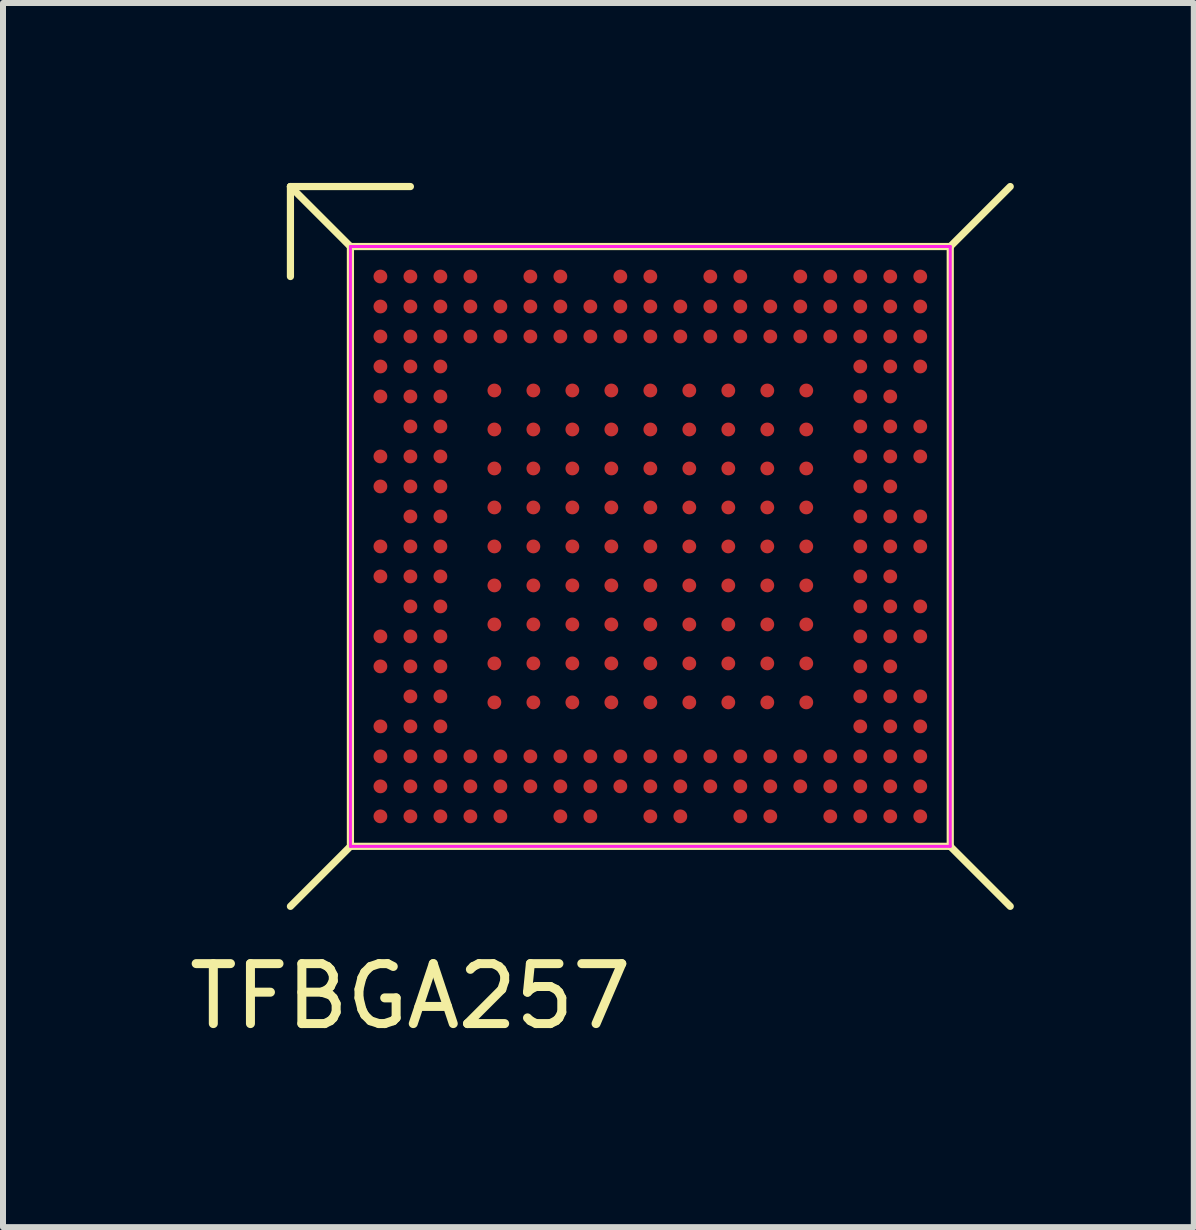
<source format=kicad_pcb>
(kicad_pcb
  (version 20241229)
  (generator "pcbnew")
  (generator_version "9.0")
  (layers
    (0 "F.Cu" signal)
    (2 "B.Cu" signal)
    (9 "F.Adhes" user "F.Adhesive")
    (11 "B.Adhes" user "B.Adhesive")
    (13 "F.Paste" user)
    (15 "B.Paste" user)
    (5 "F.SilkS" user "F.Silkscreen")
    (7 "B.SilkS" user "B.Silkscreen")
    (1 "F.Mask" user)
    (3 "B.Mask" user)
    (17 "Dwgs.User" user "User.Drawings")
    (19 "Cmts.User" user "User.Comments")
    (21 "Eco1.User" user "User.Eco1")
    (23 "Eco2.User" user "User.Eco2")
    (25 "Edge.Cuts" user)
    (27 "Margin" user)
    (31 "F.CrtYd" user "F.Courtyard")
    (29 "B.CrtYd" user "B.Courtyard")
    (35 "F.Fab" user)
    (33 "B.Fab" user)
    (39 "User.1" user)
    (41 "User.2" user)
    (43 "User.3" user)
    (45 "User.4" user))
  (footprint "TFBGA257"
    (layer "F.Cu")
    (at 7.792 6.06)
    (property "Reference" "TFBGA257" (at -4 7.5 0) (unlocked yes) (layer "F.SilkS") (effects (font (size 1 1) (thickness 0.15))))
    (attr smd)
    (fp_line (start -6 -6) (end -6 -4.5) (stroke (width 0.12) (type solid)) (layer "F.SilkS"))
    (fp_line (start -6 -6) (end -4 -6) (stroke (width 0.12) (type solid)) (layer "F.SilkS"))
    (fp_line (start -5 -5) (end -6 -6) (stroke (width 0.12) (type solid)) (layer "F.SilkS"))
    (fp_line (start -5 -5) (end 5 -5) (stroke (width 0.12) (type solid)) (layer "F.SilkS"))
    (fp_line (start -5 5) (end -6 6) (stroke (width 0.12) (type solid)) (layer "F.SilkS"))
    (fp_line (start -5 5) (end -5 -5) (stroke (width 0.12) (type solid)) (layer "F.SilkS"))
    (fp_line (start 5 -5) (end 5 5) (stroke (width 0.12) (type solid)) (layer "F.SilkS"))
    (fp_line (start 5 -5) (end 6 -6) (stroke (width 0.12) (type solid)) (layer "F.SilkS"))
    (fp_line (start 5 5) (end -5 5) (stroke (width 0.12) (type solid)) (layer "F.SilkS"))
    (fp_line (start 5 5) (end 6 6) (stroke (width 0.12) (type solid)) (layer "F.SilkS"))
    (fp_line (start -5 -5) (end 5 -5) (stroke (width 0.05) (type solid)) (layer "F.CrtYd"))
    (fp_line (start -5 5) (end -5 -5) (stroke (width 0.05) (type solid)) (layer "F.CrtYd"))
    (fp_line (start -5 5) (end 5 5) (stroke (width 0.05) (type solid)) (layer "F.CrtYd"))
    (fp_line (start 5 5) (end 5 -5) (stroke (width 0.05) (type solid)) (layer "F.CrtYd"))
    (pad "1A1" smd circle (at -2.6 -2.6) (size 0.23 0.23) (layers "F.Cu" "F.Mask" "F.Paste"))
    (pad "1A2" smd circle (at -1.95 -2.6) (size 0.23 0.23) (layers "F.Cu" "F.Mask" "F.Paste"))
    (pad "1A3" smd circle (at -1.3 -2.6) (size 0.23 0.23) (layers "F.Cu" "F.Mask" "F.Paste"))
    (pad "1A4" smd circle (at -0.65 -2.6) (size 0.23 0.23) (layers "F.Cu" "F.Mask" "F.Paste"))
    (pad "1A5" smd circle (at 0 -2.6) (size 0.23 0.23) (layers "F.Cu" "F.Mask" "F.Paste"))
    (pad "1A6" smd circle (at 0.65 -2.6) (size 0.23 0.23) (layers "F.Cu" "F.Mask" "F.Paste"))
    (pad "1A7" smd circle (at 1.3 -2.6) (size 0.23 0.23) (layers "F.Cu" "F.Mask" "F.Paste"))
    (pad "1A8" smd circle (at 1.95 -2.6) (size 0.23 0.23) (layers "F.Cu" "F.Mask" "F.Paste"))
    (pad "1A9" smd circle (at 2.6 -2.6) (size 0.23 0.23) (layers "F.Cu" "F.Mask" "F.Paste"))
    (pad "1B1" smd circle (at -2.6 -1.95) (size 0.23 0.23) (layers "F.Cu" "F.Mask" "F.Paste"))
    (pad "1B2" smd circle (at -1.95 -1.95) (size 0.23 0.23) (layers "F.Cu" "F.Mask" "F.Paste"))
    (pad "1B3" smd circle (at -1.3 -1.95) (size 0.23 0.23) (layers "F.Cu" "F.Mask" "F.Paste"))
    (pad "1B4" smd circle (at -0.65 -1.95) (size 0.23 0.23) (layers "F.Cu" "F.Mask" "F.Paste"))
    (pad "1B5" smd circle (at 0 -1.95) (size 0.23 0.23) (layers "F.Cu" "F.Mask" "F.Paste"))
    (pad "1B6" smd circle (at 0.65 -1.95) (size 0.23 0.23) (layers "F.Cu" "F.Mask" "F.Paste"))
    (pad "1B7" smd circle (at 1.3 -1.95) (size 0.23 0.23) (layers "F.Cu" "F.Mask" "F.Paste"))
    (pad "1B8" smd circle (at 1.95 -1.95) (size 0.23 0.23) (layers "F.Cu" "F.Mask" "F.Paste"))
    (pad "1B9" smd circle (at 2.6 -1.95) (size 0.23 0.23) (layers "F.Cu" "F.Mask" "F.Paste"))
    (pad "1C1" smd circle (at -2.6 -1.3) (size 0.23 0.23) (layers "F.Cu" "F.Mask" "F.Paste"))
    (pad "1C2" smd circle (at -1.95 -1.3) (size 0.23 0.23) (layers "F.Cu" "F.Mask" "F.Paste"))
    (pad "1C3" smd circle (at -1.3 -1.3) (size 0.23 0.23) (layers "F.Cu" "F.Mask" "F.Paste"))
    (pad "1C4" smd circle (at -0.65 -1.3) (size 0.23 0.23) (layers "F.Cu" "F.Mask" "F.Paste"))
    (pad "1C5" smd circle (at 0 -1.3) (size 0.23 0.23) (layers "F.Cu" "F.Mask" "F.Paste"))
    (pad "1C6" smd circle (at 0.65 -1.3) (size 0.23 0.23) (layers "F.Cu" "F.Mask" "F.Paste"))
    (pad "1C7" smd circle (at 1.3 -1.3) (size 0.23 0.23) (layers "F.Cu" "F.Mask" "F.Paste"))
    (pad "1C8" smd circle (at 1.95 -1.3) (size 0.23 0.23) (layers "F.Cu" "F.Mask" "F.Paste"))
    (pad "1C9" smd circle (at 2.6 -1.3) (size 0.23 0.23) (layers "F.Cu" "F.Mask" "F.Paste"))
    (pad "1D1" smd circle (at -2.6 -0.65) (size 0.23 0.23) (layers "F.Cu" "F.Mask" "F.Paste"))
    (pad "1D2" smd circle (at -1.95 -0.65) (size 0.23 0.23) (layers "F.Cu" "F.Mask" "F.Paste"))
    (pad "1D3" smd circle (at -1.3 -0.65) (size 0.23 0.23) (layers "F.Cu" "F.Mask" "F.Paste"))
    (pad "1D4" smd circle (at -0.65 -0.65) (size 0.23 0.23) (layers "F.Cu" "F.Mask" "F.Paste"))
    (pad "1D5" smd circle (at 0 -0.65) (size 0.23 0.23) (layers "F.Cu" "F.Mask" "F.Paste"))
    (pad "1D6" smd circle (at 0.65 -0.65) (size 0.23 0.23) (layers "F.Cu" "F.Mask" "F.Paste"))
    (pad "1D7" smd circle (at 1.3 -0.65) (size 0.23 0.23) (layers "F.Cu" "F.Mask" "F.Paste"))
    (pad "1D8" smd circle (at 1.95 -0.65) (size 0.23 0.23) (layers "F.Cu" "F.Mask" "F.Paste"))
    (pad "1D9" smd circle (at 2.6 -0.65) (size 0.23 0.23) (layers "F.Cu" "F.Mask" "F.Paste"))
    (pad "1E1" smd circle (at -2.6 0) (size 0.23 0.23) (layers "F.Cu" "F.Mask" "F.Paste"))
    (pad "1E2" smd circle (at -1.95 0) (size 0.23 0.23) (layers "F.Cu" "F.Mask" "F.Paste"))
    (pad "1E3" smd circle (at -1.3 0) (size 0.23 0.23) (layers "F.Cu" "F.Mask" "F.Paste"))
    (pad "1E4" smd circle (at -0.65 0) (size 0.23 0.23) (layers "F.Cu" "F.Mask" "F.Paste"))
    (pad "1E5" smd circle (at 0 0) (size 0.23 0.23) (layers "F.Cu" "F.Mask" "F.Paste"))
    (pad "1E6" smd circle (at 0.65 0) (size 0.23 0.23) (layers "F.Cu" "F.Mask" "F.Paste"))
    (pad "1E7" smd circle (at 1.3 0) (size 0.23 0.23) (layers "F.Cu" "F.Mask" "F.Paste"))
    (pad "1E8" smd circle (at 1.95 0) (size 0.23 0.23) (layers "F.Cu" "F.Mask" "F.Paste"))
    (pad "1E9" smd circle (at 2.6 0) (size 0.23 0.23) (layers "F.Cu" "F.Mask" "F.Paste"))
    (pad "1F1" smd circle (at -2.6 0.65) (size 0.23 0.23) (layers "F.Cu" "F.Mask" "F.Paste"))
    (pad "1F2" smd circle (at -1.95 0.65) (size 0.23 0.23) (layers "F.Cu" "F.Mask" "F.Paste"))
    (pad "1F3" smd circle (at -1.3 0.65) (size 0.23 0.23) (layers "F.Cu" "F.Mask" "F.Paste"))
    (pad "1F4" smd circle (at -0.65 0.65) (size 0.23 0.23) (layers "F.Cu" "F.Mask" "F.Paste"))
    (pad "1F5" smd circle (at 0 0.65) (size 0.23 0.23) (layers "F.Cu" "F.Mask" "F.Paste"))
    (pad "1F6" smd circle (at 0.65 0.65) (size 0.23 0.23) (layers "F.Cu" "F.Mask" "F.Paste"))
    (pad "1F7" smd circle (at 1.3 0.65) (size 0.23 0.23) (layers "F.Cu" "F.Mask" "F.Paste"))
    (pad "1F8" smd circle (at 1.95 0.65) (size 0.23 0.23) (layers "F.Cu" "F.Mask" "F.Paste"))
    (pad "1F9" smd circle (at 2.6 0.65) (size 0.23 0.23) (layers "F.Cu" "F.Mask" "F.Paste"))
    (pad "1G1" smd circle (at -2.6 1.3) (size 0.23 0.23) (layers "F.Cu" "F.Mask" "F.Paste"))
    (pad "1G2" smd circle (at -1.95 1.3) (size 0.23 0.23) (layers "F.Cu" "F.Mask" "F.Paste"))
    (pad "1G3" smd circle (at -1.3 1.3) (size 0.23 0.23) (layers "F.Cu" "F.Mask" "F.Paste"))
    (pad "1G4" smd circle (at -0.65 1.3) (size 0.23 0.23) (layers "F.Cu" "F.Mask" "F.Paste"))
    (pad "1G5" smd circle (at 0 1.3) (size 0.23 0.23) (layers "F.Cu" "F.Mask" "F.Paste"))
    (pad "1G6" smd circle (at 0.65 1.3) (size 0.23 0.23) (layers "F.Cu" "F.Mask" "F.Paste"))
    (pad "1G7" smd circle (at 1.3 1.3) (size 0.23 0.23) (layers "F.Cu" "F.Mask" "F.Paste"))
    (pad "1G8" smd circle (at 1.95 1.3) (size 0.23 0.23) (layers "F.Cu" "F.Mask" "F.Paste"))
    (pad "1G9" smd circle (at 2.6 1.3) (size 0.23 0.23) (layers "F.Cu" "F.Mask" "F.Paste"))
    (pad "1H1" smd circle (at -2.6 1.95) (size 0.23 0.23) (layers "F.Cu" "F.Mask" "F.Paste"))
    (pad "1H2" smd circle (at -1.95 1.95) (size 0.23 0.23) (layers "F.Cu" "F.Mask" "F.Paste"))
    (pad "1H3" smd circle (at -1.3 1.95) (size 0.23 0.23) (layers "F.Cu" "F.Mask" "F.Paste"))
    (pad "1H4" smd circle (at -0.65 1.95) (size 0.23 0.23) (layers "F.Cu" "F.Mask" "F.Paste"))
    (pad "1H5" smd circle (at 0 1.95) (size 0.23 0.23) (layers "F.Cu" "F.Mask" "F.Paste"))
    (pad "1H6" smd circle (at 0.65 1.95) (size 0.23 0.23) (layers "F.Cu" "F.Mask" "F.Paste"))
    (pad "1H7" smd circle (at 1.3 1.95) (size 0.23 0.23) (layers "F.Cu" "F.Mask" "F.Paste"))
    (pad "1H8" smd circle (at 1.95 1.95) (size 0.23 0.23) (layers "F.Cu" "F.Mask" "F.Paste"))
    (pad "1H9" smd circle (at 2.6 1.95) (size 0.23 0.23) (layers "F.Cu" "F.Mask" "F.Paste"))
    (pad "1J1" smd circle (at -2.6 2.6) (size 0.23 0.23) (layers "F.Cu" "F.Mask" "F.Paste"))
    (pad "1J2" smd circle (at -1.95 2.6) (size 0.23 0.23) (layers "F.Cu" "F.Mask" "F.Paste"))
    (pad "1J3" smd circle (at -1.3 2.6) (size 0.23 0.23) (layers "F.Cu" "F.Mask" "F.Paste"))
    (pad "1J4" smd circle (at -0.65 2.6) (size 0.23 0.23) (layers "F.Cu" "F.Mask" "F.Paste"))
    (pad "1J5" smd circle (at 0 2.6) (size 0.23 0.23) (layers "F.Cu" "F.Mask" "F.Paste"))
    (pad "1J6" smd circle (at 0.65 2.6) (size 0.23 0.23) (layers "F.Cu" "F.Mask" "F.Paste"))
    (pad "1J7" smd circle (at 1.3 2.6) (size 0.23 0.23) (layers "F.Cu" "F.Mask" "F.Paste"))
    (pad "1J8" smd circle (at 1.95 2.6) (size 0.23 0.23) (layers "F.Cu" "F.Mask" "F.Paste"))
    (pad "1J9" smd circle (at 2.6 2.6) (size 0.23 0.23) (layers "F.Cu" "F.Mask" "F.Paste"))
    (pad "A1" smd circle (at -4.5 -4.5) (size 0.23 0.23) (layers "F.Cu" "F.Mask" "F.Paste"))
    (pad "A2" smd circle (at -4 -4.5) (size 0.23 0.23) (layers "F.Cu" "F.Mask" "F.Paste"))
    (pad "A3" smd circle (at -3.5 -4.5) (size 0.23 0.23) (layers "F.Cu" "F.Mask" "F.Paste"))
    (pad "A4" smd circle (at -3 -4.5) (size 0.23 0.23) (layers "F.Cu" "F.Mask" "F.Paste"))
    (pad "A6" smd circle (at -2 -4.5) (size 0.23 0.23) (layers "F.Cu" "F.Mask" "F.Paste"))
    (pad "A7" smd circle (at -1.5 -4.5) (size 0.23 0.23) (layers "F.Cu" "F.Mask" "F.Paste"))
    (pad "A9" smd circle (at -0.5 -4.5) (size 0.23 0.23) (layers "F.Cu" "F.Mask" "F.Paste"))
    (pad "A10" smd circle (at 0 -4.5) (size 0.23 0.23) (layers "F.Cu" "F.Mask" "F.Paste"))
    (pad "A12" smd circle (at 1 -4.5) (size 0.23 0.23) (layers "F.Cu" "F.Mask" "F.Paste"))
    (pad "A13" smd circle (at 1.5 -4.5) (size 0.23 0.23) (layers "F.Cu" "F.Mask" "F.Paste"))
    (pad "A15" smd circle (at 2.5 -4.5) (size 0.23 0.23) (layers "F.Cu" "F.Mask" "F.Paste"))
    (pad "A16" smd circle (at 3 -4.5) (size 0.23 0.23) (layers "F.Cu" "F.Mask" "F.Paste"))
    (pad "A17" smd circle (at 3.5 -4.5) (size 0.23 0.23) (layers "F.Cu" "F.Mask" "F.Paste"))
    (pad "A18" smd circle (at 4 -4.5) (size 0.23 0.23) (layers "F.Cu" "F.Mask" "F.Paste"))
    (pad "A19" smd circle (at 4.5 -4.5) (size 0.23 0.23) (layers "F.Cu" "F.Mask" "F.Paste"))
    (pad "B1" smd circle (at -4.5 -4) (size 0.23 0.23) (layers "F.Cu" "F.Mask" "F.Paste"))
    (pad "B2" smd circle (at -4 -4) (size 0.23 0.23) (layers "F.Cu" "F.Mask" "F.Paste"))
    (pad "B3" smd circle (at -3.5 -4) (size 0.23 0.23) (layers "F.Cu" "F.Mask" "F.Paste"))
    (pad "B4" smd circle (at -3 -4) (size 0.23 0.23) (layers "F.Cu" "F.Mask" "F.Paste"))
    (pad "B5" smd circle (at -2.5 -4) (size 0.23 0.23) (layers "F.Cu" "F.Mask" "F.Paste"))
    (pad "B6" smd circle (at -2 -4) (size 0.23 0.23) (layers "F.Cu" "F.Mask" "F.Paste"))
    (pad "B7" smd circle (at -1.5 -4) (size 0.23 0.23) (layers "F.Cu" "F.Mask" "F.Paste"))
    (pad "B8" smd circle (at -1 -4) (size 0.23 0.23) (layers "F.Cu" "F.Mask" "F.Paste"))
    (pad "B9" smd circle (at -0.5 -4) (size 0.23 0.23) (layers "F.Cu" "F.Mask" "F.Paste"))
    (pad "B10" smd circle (at 0 -4) (size 0.23 0.23) (layers "F.Cu" "F.Mask" "F.Paste"))
    (pad "B11" smd circle (at 0.5 -4) (size 0.23 0.23) (layers "F.Cu" "F.Mask" "F.Paste"))
    (pad "B12" smd circle (at 1 -4) (size 0.23 0.23) (layers "F.Cu" "F.Mask" "F.Paste"))
    (pad "B13" smd circle (at 1.5 -4) (size 0.23 0.23) (layers "F.Cu" "F.Mask" "F.Paste"))
    (pad "B14" smd circle (at 2 -4) (size 0.23 0.23) (layers "F.Cu" "F.Mask" "F.Paste"))
    (pad "B15" smd circle (at 2.5 -4) (size 0.23 0.23) (layers "F.Cu" "F.Mask" "F.Paste"))
    (pad "B16" smd circle (at 3 -4) (size 0.23 0.23) (layers "F.Cu" "F.Mask" "F.Paste"))
    (pad "B17" smd circle (at 3.5 -4) (size 0.23 0.23) (layers "F.Cu" "F.Mask" "F.Paste"))
    (pad "B18" smd circle (at 4 -4) (size 0.23 0.23) (layers "F.Cu" "F.Mask" "F.Paste"))
    (pad "B19" smd circle (at 4.5 -4) (size 0.23 0.23) (layers "F.Cu" "F.Mask" "F.Paste"))
    (pad "C1" smd circle (at -4.5 -3.5) (size 0.23 0.23) (layers "F.Cu" "F.Mask" "F.Paste"))
    (pad "C2" smd circle (at -4 -3.5) (size 0.23 0.23) (layers "F.Cu" "F.Mask" "F.Paste"))
    (pad "C3" smd circle (at -3.5 -3.5) (size 0.23 0.23) (layers "F.Cu" "F.Mask" "F.Paste"))
    (pad "C4" smd circle (at -3 -3.5) (size 0.23 0.23) (layers "F.Cu" "F.Mask" "F.Paste"))
    (pad "C5" smd circle (at -2.5 -3.5) (size 0.23 0.23) (layers "F.Cu" "F.Mask" "F.Paste"))
    (pad "C6" smd circle (at -2 -3.5) (size 0.23 0.23) (layers "F.Cu" "F.Mask" "F.Paste"))
    (pad "C7" smd circle (at -1.5 -3.5) (size 0.23 0.23) (layers "F.Cu" "F.Mask" "F.Paste"))
    (pad "C8" smd circle (at -1 -3.5) (size 0.23 0.23) (layers "F.Cu" "F.Mask" "F.Paste"))
    (pad "C9" smd circle (at -0.5 -3.5) (size 0.23 0.23) (layers "F.Cu" "F.Mask" "F.Paste"))
    (pad "C10" smd circle (at 0 -3.5) (size 0.23 0.23) (layers "F.Cu" "F.Mask" "F.Paste"))
    (pad "C11" smd circle (at 0.5 -3.5) (size 0.23 0.23) (layers "F.Cu" "F.Mask" "F.Paste"))
    (pad "C12" smd circle (at 1 -3.5) (size 0.23 0.23) (layers "F.Cu" "F.Mask" "F.Paste"))
    (pad "C13" smd circle (at 1.5 -3.5) (size 0.23 0.23) (layers "F.Cu" "F.Mask" "F.Paste"))
    (pad "C14" smd circle (at 2 -3.5) (size 0.23 0.23) (layers "F.Cu" "F.Mask" "F.Paste"))
    (pad "C15" smd circle (at 2.5 -3.5) (size 0.23 0.23) (layers "F.Cu" "F.Mask" "F.Paste"))
    (pad "C16" smd circle (at 3 -3.5) (size 0.23 0.23) (layers "F.Cu" "F.Mask" "F.Paste"))
    (pad "C17" smd circle (at 3.5 -3.5) (size 0.23 0.23) (layers "F.Cu" "F.Mask" "F.Paste"))
    (pad "C18" smd circle (at 4 -3.5) (size 0.23 0.23) (layers "F.Cu" "F.Mask" "F.Paste"))
    (pad "C19" smd circle (at 4.5 -3.5) (size 0.23 0.23) (layers "F.Cu" "F.Mask" "F.Paste"))
    (pad "D1" smd circle (at -4.5 -3) (size 0.23 0.23) (layers "F.Cu" "F.Mask" "F.Paste"))
    (pad "D2" smd circle (at -4 -3) (size 0.23 0.23) (layers "F.Cu" "F.Mask" "F.Paste"))
    (pad "D3" smd circle (at -3.5 -3) (size 0.23 0.23) (layers "F.Cu" "F.Mask" "F.Paste"))
    (pad "D17" smd circle (at 3.5 -3) (size 0.23 0.23) (layers "F.Cu" "F.Mask" "F.Paste"))
    (pad "D18" smd circle (at 4 -3) (size 0.23 0.23) (layers "F.Cu" "F.Mask" "F.Paste"))
    (pad "D19" smd circle (at 4.5 -3) (size 0.23 0.23) (layers "F.Cu" "F.Mask" "F.Paste"))
    (pad "E1" smd circle (at -4.5 -2.5) (size 0.23 0.23) (layers "F.Cu" "F.Mask" "F.Paste"))
    (pad "E2" smd circle (at -4 -2.5) (size 0.23 0.23) (layers "F.Cu" "F.Mask" "F.Paste"))
    (pad "E3" smd circle (at -3.5 -2.5) (size 0.23 0.23) (layers "F.Cu" "F.Mask" "F.Paste"))
    (pad "E17" smd circle (at 3.5 -2.5) (size 0.23 0.23) (layers "F.Cu" "F.Mask" "F.Paste"))
    (pad "E18" smd circle (at 4 -2.5) (size 0.23 0.23) (layers "F.Cu" "F.Mask" "F.Paste"))
    (pad "F2" smd circle (at -4 -2) (size 0.23 0.23) (layers "F.Cu" "F.Mask" "F.Paste"))
    (pad "F3" smd circle (at -3.5 -2) (size 0.23 0.23) (layers "F.Cu" "F.Mask" "F.Paste"))
    (pad "F17" smd circle (at 3.5 -2) (size 0.23 0.23) (layers "F.Cu" "F.Mask" "F.Paste"))
    (pad "F18" smd circle (at 4 -2) (size 0.23 0.23) (layers "F.Cu" "F.Mask" "F.Paste"))
    (pad "F19" smd circle (at 4.5 -2) (size 0.23 0.23) (layers "F.Cu" "F.Mask" "F.Paste"))
    (pad "G1" smd circle (at -4.5 -1.5) (size 0.23 0.23) (layers "F.Cu" "F.Mask" "F.Paste"))
    (pad "G2" smd circle (at -4 -1.5) (size 0.23 0.23) (layers "F.Cu" "F.Mask" "F.Paste"))
    (pad "G3" smd circle (at -3.5 -1.5) (size 0.23 0.23) (layers "F.Cu" "F.Mask" "F.Paste"))
    (pad "G17" smd circle (at 3.5 -1.5) (size 0.23 0.23) (layers "F.Cu" "F.Mask" "F.Paste"))
    (pad "G18" smd circle (at 4 -1.5) (size 0.23 0.23) (layers "F.Cu" "F.Mask" "F.Paste"))
    (pad "G19" smd circle (at 4.5 -1.5) (size 0.23 0.23) (layers "F.Cu" "F.Mask" "F.Paste"))
    (pad "H1" smd circle (at -4.5 -1) (size 0.23 0.23) (layers "F.Cu" "F.Mask" "F.Paste"))
    (pad "H2" smd circle (at -4 -1) (size 0.23 0.23) (layers "F.Cu" "F.Mask" "F.Paste"))
    (pad "H3" smd circle (at -3.5 -1) (size 0.23 0.23) (layers "F.Cu" "F.Mask" "F.Paste"))
    (pad "H17" smd circle (at 3.5 -1) (size 0.23 0.23) (layers "F.Cu" "F.Mask" "F.Paste"))
    (pad "H18" smd circle (at 4 -1) (size 0.23 0.23) (layers "F.Cu" "F.Mask" "F.Paste"))
    (pad "J2" smd circle (at -4 -0.5) (size 0.23 0.23) (layers "F.Cu" "F.Mask" "F.Paste"))
    (pad "J3" smd circle (at -3.5 -0.5) (size 0.23 0.23) (layers "F.Cu" "F.Mask" "F.Paste"))
    (pad "J17" smd circle (at 3.5 -0.5) (size 0.23 0.23) (layers "F.Cu" "F.Mask" "F.Paste"))
    (pad "J18" smd circle (at 4 -0.5) (size 0.23 0.23) (layers "F.Cu" "F.Mask" "F.Paste"))
    (pad "J19" smd circle (at 4.5 -0.5) (size 0.23 0.23) (layers "F.Cu" "F.Mask" "F.Paste"))
    (pad "K1" smd circle (at -4.5 0) (size 0.23 0.23) (layers "F.Cu" "F.Mask" "F.Paste"))
    (pad "K2" smd circle (at -4 0) (size 0.23 0.23) (layers "F.Cu" "F.Mask" "F.Paste"))
    (pad "K3" smd circle (at -3.5 0) (size 0.23 0.23) (layers "F.Cu" "F.Mask" "F.Paste"))
    (pad "K17" smd circle (at 3.5 0) (size 0.23 0.23) (layers "F.Cu" "F.Mask" "F.Paste"))
    (pad "K18" smd circle (at 4 0) (size 0.23 0.23) (layers "F.Cu" "F.Mask" "F.Paste"))
    (pad "K19" smd circle (at 4.5 0) (size 0.23 0.23) (layers "F.Cu" "F.Mask" "F.Paste"))
    (pad "L1" smd circle (at -4.5 0.5) (size 0.23 0.23) (layers "F.Cu" "F.Mask" "F.Paste"))
    (pad "L2" smd circle (at -4 0.5) (size 0.23 0.23) (layers "F.Cu" "F.Mask" "F.Paste"))
    (pad "L3" smd circle (at -3.5 0.5) (size 0.23 0.23) (layers "F.Cu" "F.Mask" "F.Paste"))
    (pad "L17" smd circle (at 3.5 0.5) (size 0.23 0.23) (layers "F.Cu" "F.Mask" "F.Paste"))
    (pad "L18" smd circle (at 4 0.5) (size 0.23 0.23) (layers "F.Cu" "F.Mask" "F.Paste"))
    (pad "M2" smd circle (at -4 1) (size 0.23 0.23) (layers "F.Cu" "F.Mask" "F.Paste"))
    (pad "M3" smd circle (at -3.5 1) (size 0.23 0.23) (layers "F.Cu" "F.Mask" "F.Paste"))
    (pad "M17" smd circle (at 3.5 1) (size 0.23 0.23) (layers "F.Cu" "F.Mask" "F.Paste"))
    (pad "M18" smd circle (at 4 1) (size 0.23 0.23) (layers "F.Cu" "F.Mask" "F.Paste"))
    (pad "M19" smd circle (at 4.5 1) (size 0.23 0.23) (layers "F.Cu" "F.Mask" "F.Paste"))
    (pad "N1" smd circle (at -4.5 1.5) (size 0.23 0.23) (layers "F.Cu" "F.Mask" "F.Paste"))
    (pad "N2" smd circle (at -4 1.5) (size 0.23 0.23) (layers "F.Cu" "F.Mask" "F.Paste"))
    (pad "N3" smd circle (at -3.5 1.5) (size 0.23 0.23) (layers "F.Cu" "F.Mask" "F.Paste"))
    (pad "N17" smd circle (at 3.5 1.5) (size 0.23 0.23) (layers "F.Cu" "F.Mask" "F.Paste"))
    (pad "N18" smd circle (at 4 1.5) (size 0.23 0.23) (layers "F.Cu" "F.Mask" "F.Paste"))
    (pad "N19" smd circle (at 4.5 1.5 90) (size 0.23 0.23) (layers "F.Cu" "F.Mask" "F.Paste"))
    (pad "P1" smd circle (at -4.5 2 90) (size 0.23 0.23) (layers "F.Cu" "F.Mask" "F.Paste"))
    (pad "P2" smd circle (at -4 2 90) (size 0.23 0.23) (layers "F.Cu" "F.Mask" "F.Paste"))
    (pad "P3" smd circle (at -3.5 2 90) (size 0.23 0.23) (layers "F.Cu" "F.Mask" "F.Paste"))
    (pad "P17" smd circle (at 3.5 2 90) (size 0.23 0.23) (layers "F.Cu" "F.Mask" "F.Paste"))
    (pad "P18" smd circle (at 4 2 90) (size 0.23 0.23) (layers "F.Cu" "F.Mask" "F.Paste"))
    (pad "R2" smd circle (at -4 2.5 90) (size 0.23 0.23) (layers "F.Cu" "F.Mask" "F.Paste"))
    (pad "R3" smd circle (at -3.5 2.5 90) (size 0.23 0.23) (layers "F.Cu" "F.Mask" "F.Paste"))
    (pad "R17" smd circle (at 3.5 2.5 90) (size 0.23 0.23) (layers "F.Cu" "F.Mask" "F.Paste"))
    (pad "R18" smd circle (at 4 2.5 90) (size 0.23 0.23) (layers "F.Cu" "F.Mask" "F.Paste"))
    (pad "R19" smd circle (at 4.5 2.5 90) (size 0.23 0.23) (layers "F.Cu" "F.Mask" "F.Paste"))
    (pad "T1" smd circle (at -4.5 3 90) (size 0.23 0.23) (layers "F.Cu" "F.Mask" "F.Paste"))
    (pad "T2" smd circle (at -4 3 90) (size 0.23 0.23) (layers "F.Cu" "F.Mask" "F.Paste"))
    (pad "T3" smd circle (at -3.5 3 90) (size 0.23 0.23) (layers "F.Cu" "F.Mask" "F.Paste"))
    (pad "T17" smd circle (at 3.5 3 90) (size 0.23 0.23) (layers "F.Cu" "F.Mask" "F.Paste"))
    (pad "T18" smd circle (at 4 3 90) (size 0.23 0.23) (layers "F.Cu" "F.Mask" "F.Paste"))
    (pad "T19" smd circle (at 4.5 3 90) (size 0.23 0.23) (layers "F.Cu" "F.Mask" "F.Paste"))
    (pad "U1" smd circle (at -4.5 3.5 90) (size 0.23 0.23) (layers "F.Cu" "F.Mask" "F.Paste"))
    (pad "U2" smd circle (at -4 3.5 90) (size 0.23 0.23) (layers "F.Cu" "F.Mask" "F.Paste"))
    (pad "U3" smd circle (at -3.5 3.5 90) (size 0.23 0.23) (layers "F.Cu" "F.Mask" "F.Paste"))
    (pad "U4" smd circle (at -3 3.5 90) (size 0.23 0.23) (layers "F.Cu" "F.Mask" "F.Paste"))
    (pad "U5" smd circle (at -2.5 3.5 90) (size 0.23 0.23) (layers "F.Cu" "F.Mask" "F.Paste"))
    (pad "U6" smd circle (at -2 3.5 90) (size 0.23 0.23) (layers "F.Cu" "F.Mask" "F.Paste"))
    (pad "U7" smd circle (at -1.5 3.5 90) (size 0.23 0.23) (layers "F.Cu" "F.Mask" "F.Paste"))
    (pad "U8" smd circle (at -1 3.5 90) (size 0.23 0.23) (layers "F.Cu" "F.Mask" "F.Paste"))
    (pad "U9" smd circle (at -0.5 3.5 90) (size 0.23 0.23) (layers "F.Cu" "F.Mask" "F.Paste"))
    (pad "U10" smd circle (at 0 3.5 90) (size 0.23 0.23) (layers "F.Cu" "F.Mask" "F.Paste"))
    (pad "U11" smd circle (at 0.5 3.5 90) (size 0.23 0.23) (layers "F.Cu" "F.Mask" "F.Paste"))
    (pad "U12" smd circle (at 1 3.5 90) (size 0.23 0.23) (layers "F.Cu" "F.Mask" "F.Paste"))
    (pad "U13" smd circle (at 1.5 3.5 90) (size 0.23 0.23) (layers "F.Cu" "F.Mask" "F.Paste"))
    (pad "U14" smd circle (at 2 3.5 90) (size 0.23 0.23) (layers "F.Cu" "F.Mask" "F.Paste"))
    (pad "U15" smd circle (at 2.5 3.5 90) (size 0.23 0.23) (layers "F.Cu" "F.Mask" "F.Paste"))
    (pad "U16" smd circle (at 3 3.5 90) (size 0.23 0.23) (layers "F.Cu" "F.Mask" "F.Paste"))
    (pad "U17" smd circle (at 3.5 3.5 90) (size 0.23 0.23) (layers "F.Cu" "F.Mask" "F.Paste"))
    (pad "U18" smd circle (at 4 3.5 90) (size 0.23 0.23) (layers "F.Cu" "F.Mask" "F.Paste"))
    (pad "U19" smd circle (at 4.5 3.5 90) (size 0.23 0.23) (layers "F.Cu" "F.Mask" "F.Paste"))
    (pad "V1" smd circle (at -4.5 4 90) (size 0.23 0.23) (layers "F.Cu" "F.Mask" "F.Paste"))
    (pad "V2" smd circle (at -4 4 90) (size 0.23 0.23) (layers "F.Cu" "F.Mask" "F.Paste"))
    (pad "V3" smd circle (at -3.5 4 90) (size 0.23 0.23) (layers "F.Cu" "F.Mask" "F.Paste"))
    (pad "V4" smd circle (at -3 4 90) (size 0.23 0.23) (layers "F.Cu" "F.Mask" "F.Paste"))
    (pad "V5" smd circle (at -2.5 4 90) (size 0.23 0.23) (layers "F.Cu" "F.Mask" "F.Paste"))
    (pad "V6" smd circle (at -2 4 90) (size 0.23 0.23) (layers "F.Cu" "F.Mask" "F.Paste"))
    (pad "V7" smd circle (at -1.5 4 90) (size 0.23 0.23) (layers "F.Cu" "F.Mask" "F.Paste"))
    (pad "V8" smd circle (at -1 4 90) (size 0.23 0.23) (layers "F.Cu" "F.Mask" "F.Paste"))
    (pad "V9" smd circle (at -0.5 4 90) (size 0.23 0.23) (layers "F.Cu" "F.Mask" "F.Paste"))
    (pad "V10" smd circle (at 0 4 90) (size 0.23 0.23) (layers "F.Cu" "F.Mask" "F.Paste"))
    (pad "V11" smd circle (at 0.5 4 90) (size 0.23 0.23) (layers "F.Cu" "F.Mask" "F.Paste"))
    (pad "V12" smd circle (at 1 4 90) (size 0.23 0.23) (layers "F.Cu" "F.Mask" "F.Paste"))
    (pad "V13" smd circle (at 1.5 4 90) (size 0.23 0.23) (layers "F.Cu" "F.Mask" "F.Paste"))
    (pad "V14" smd circle (at 2 4 90) (size 0.23 0.23) (layers "F.Cu" "F.Mask" "F.Paste"))
    (pad "V15" smd circle (at 2.5 4 90) (size 0.23 0.23) (layers "F.Cu" "F.Mask" "F.Paste"))
    (pad "V16" smd circle (at 3 4 90) (size 0.23 0.23) (layers "F.Cu" "F.Mask" "F.Paste"))
    (pad "V17" smd circle (at 3.5 4 90) (size 0.23 0.23) (layers "F.Cu" "F.Mask" "F.Paste"))
    (pad "V18" smd circle (at 4 4 90) (size 0.23 0.23) (layers "F.Cu" "F.Mask" "F.Paste"))
    (pad "V19" smd circle (at 4.5 4 90) (size 0.23 0.23) (layers "F.Cu" "F.Mask" "F.Paste"))
    (pad "W1" smd circle (at -4.5 4.5 90) (size 0.23 0.23) (layers "F.Cu" "F.Mask" "F.Paste"))
    (pad "W2" smd circle (at -4 4.5 90) (size 0.23 0.23) (layers "F.Cu" "F.Mask" "F.Paste"))
    (pad "W3" smd circle (at -3.5 4.5 90) (size 0.23 0.23) (layers "F.Cu" "F.Mask" "F.Paste"))
    (pad "W4" smd circle (at -3 4.5 90) (size 0.23 0.23) (layers "F.Cu" "F.Mask" "F.Paste"))
    (pad "W5" smd circle (at -2.5 4.5 90) (size 0.23 0.23) (layers "F.Cu" "F.Mask" "F.Paste"))
    (pad "W7" smd circle (at -1.5 4.5 90) (size 0.23 0.23) (layers "F.Cu" "F.Mask" "F.Paste"))
    (pad "W8" smd circle (at -1 4.5 90) (size 0.23 0.23) (layers "F.Cu" "F.Mask" "F.Paste"))
    (pad "W10" smd circle (at 0 4.5 90) (size 0.23 0.23) (layers "F.Cu" "F.Mask" "F.Paste"))
    (pad "W11" smd circle (at 0.5 4.5 90) (size 0.23 0.23) (layers "F.Cu" "F.Mask" "F.Paste"))
    (pad "W13" smd circle (at 1.5 4.5 90) (size 0.23 0.23) (layers "F.Cu" "F.Mask" "F.Paste"))
    (pad "W14" smd circle (at 2 4.5 90) (size 0.23 0.23) (layers "F.Cu" "F.Mask" "F.Paste"))
    (pad "W16" smd circle (at 3 4.5 90) (size 0.23 0.23) (layers "F.Cu" "F.Mask" "F.Paste"))
    (pad "W17" smd circle (at 3.5 4.5 90) (size 0.23 0.23) (layers "F.Cu" "F.Mask" "F.Paste"))
    (pad "W18" smd circle (at 4 4.5 90) (size 0.23 0.23) (layers "F.Cu" "F.Mask" "F.Paste"))
    (pad "W19" smd circle (at 4.5 4.5 90) (size 0.23 0.23) (layers "F.Cu" "F.Mask" "F.Paste")))
  (gr_rect
    (start -3 -3)
    (end 16.852 17.408)
    (stroke (width 0.1) (type default))
    (fill no)
    (layer "Edge.Cuts")))
</source>
